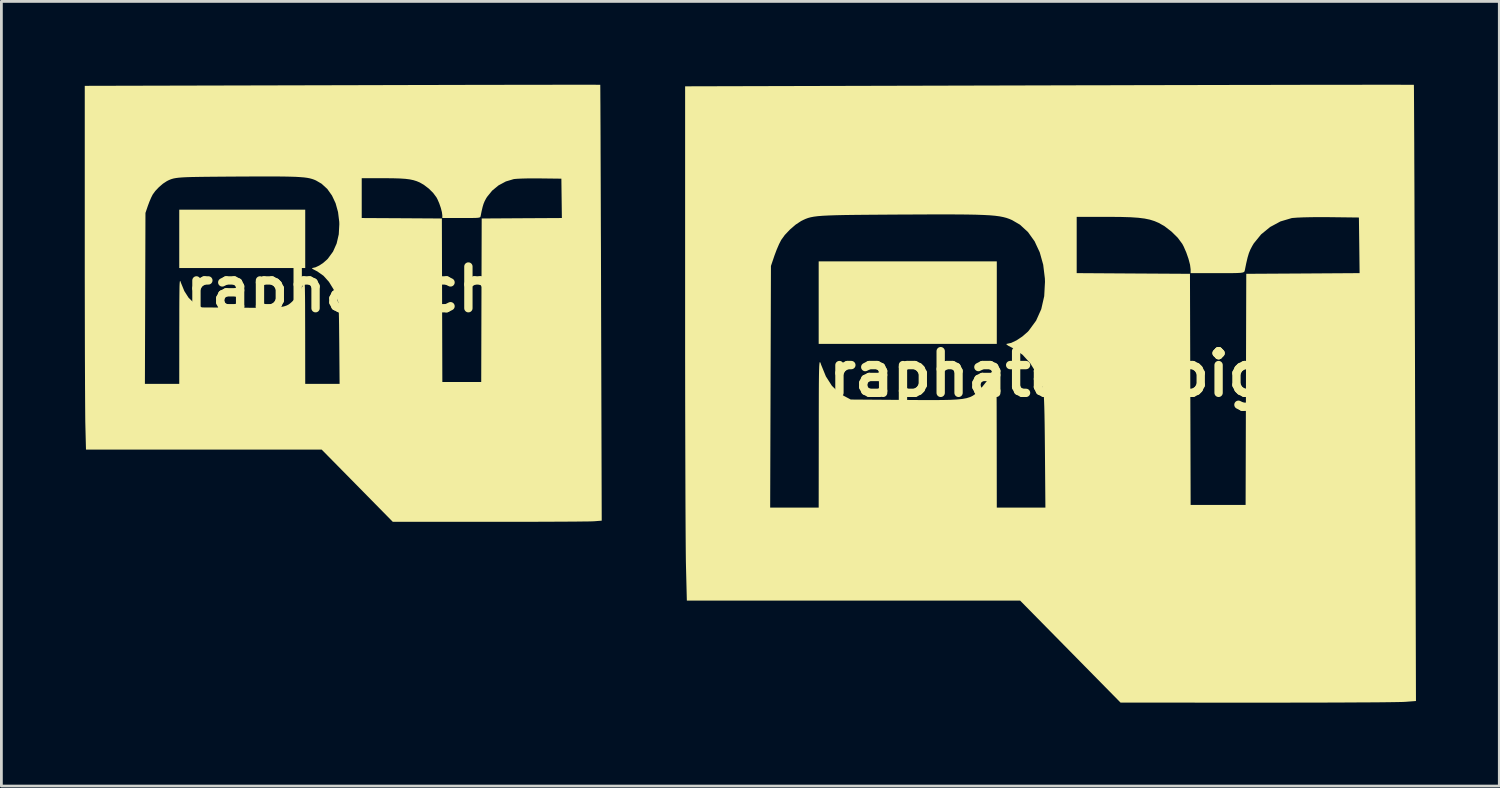
<source format=kicad_pcb>
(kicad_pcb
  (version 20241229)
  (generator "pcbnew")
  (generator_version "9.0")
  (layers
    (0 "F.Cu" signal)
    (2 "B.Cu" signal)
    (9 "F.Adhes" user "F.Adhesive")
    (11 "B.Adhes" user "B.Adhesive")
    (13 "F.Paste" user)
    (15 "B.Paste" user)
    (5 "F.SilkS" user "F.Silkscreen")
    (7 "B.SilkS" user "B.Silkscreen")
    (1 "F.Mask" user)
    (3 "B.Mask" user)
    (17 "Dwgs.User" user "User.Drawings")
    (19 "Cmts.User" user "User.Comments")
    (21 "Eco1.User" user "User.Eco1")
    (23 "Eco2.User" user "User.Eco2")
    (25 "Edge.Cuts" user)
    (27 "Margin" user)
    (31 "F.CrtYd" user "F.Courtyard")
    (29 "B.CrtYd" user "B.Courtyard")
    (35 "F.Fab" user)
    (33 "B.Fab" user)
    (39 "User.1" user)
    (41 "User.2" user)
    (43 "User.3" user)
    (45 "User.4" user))
  (footprint "raphatech big"
    (layer "F.Cu")
    (at 34.656 10.408)
    (property "Reference" "raphatech big" (at 0 0 0) (layer "F.SilkS") (effects (font (size 1.5 1.5) (thickness 0.3))))
    (attr board_only exclude_from_pos_files exclude_from_bom)
    (fp_poly (pts (xy -1.838 -2.568) (xy -1.838 -1.084) (xy -5.042 -1.084) (xy -8.247 -1.084) (xy -8.247 -2.568) (xy -8.247 -4.053) (xy -5.042 -4.053) (xy -1.838 -4.053)) (stroke (width 0) (type solid)) (fill yes) (layer "F.SilkS"))
    (fp_poly (pts (xy 12.654 -10.408) (xy 12.91 -10.407) (xy 13.081 -10.407) (xy 13.163 -10.406) (xy 13.17 -10.405) (xy 13.171 -10.358) (xy 13.173 -10.22) (xy 13.174 -9.996) (xy 13.176 -9.69) (xy 13.178 -9.306) (xy 13.18 -8.849) (xy 13.183 -8.323) (xy 13.185 -7.73) (xy 13.188 -7.077) (xy 13.191 -6.367) (xy 13.193 -5.603) (xy 13.196 -4.791) (xy 13.199 -3.933) (xy 13.202 -3.035) (xy 13.205 -2.101) (xy 13.208 -1.134) (xy 13.211 -0.139) (xy 13.213 0.688) (xy 13.245 11.767) (xy 12.855 11.797) (xy 12.754 11.801) (xy 12.566 11.805) (xy 12.297 11.809) (xy 11.955 11.813) (xy 11.546 11.816) (xy 11.076 11.818) (xy 10.554 11.821) (xy 9.985 11.823) (xy 9.376 11.824) (xy 8.735 11.825) (xy 8.068 11.826) (xy 7.54 11.826) (xy 2.615 11.824) (xy 0.808 9.988) (xy -0.999 8.153) (xy -6.995 8.153) (xy -12.991 8.153) (xy -13.022 6.915) (xy -13.026 6.732) (xy -13.029 6.461) (xy -13.032 6.107) (xy -13.035 5.676) (xy -13.038 5.175) (xy -13.04 4.807) (xy -9.993 4.807) (xy -9.12 4.807) (xy -8.247 4.807) (xy -8.244 2.109) (xy -8.244 1.538) (xy -8.243 1.054) (xy -8.242 0.652) (xy -8.24 0.325) (xy -8.237 0.066) (xy -8.233 -0.131) (xy -8.228 -0.273) (xy -8.221 -0.365) (xy -8.213 -0.416) (xy -8.202 -0.43) (xy -8.189 -0.415) (xy -8.174 -0.378) (xy -8.158 -0.33) (xy -7.987 0.088) (xy -7.772 0.424) (xy -7.512 0.678) (xy -7.335 0.791) (xy -7.092 0.919) (xy -5.145 0.933) (xy -4.618 0.937) (xy -4.176 0.938) (xy -3.81 0.936) (xy -3.51 0.93) (xy -3.269 0.917) (xy -3.077 0.897) (xy -2.924 0.869) (xy -2.801 0.83) (xy -2.7 0.781) (xy -2.612 0.719) (xy -2.527 0.644) (xy -2.436 0.554) (xy -2.432 0.551) (xy -2.159 0.207) (xy -1.963 -0.188) (xy -1.902 -0.377) (xy -1.889 -0.409) (xy -1.879 -0.402) (xy -1.87 -0.351) (xy -1.862 -0.25) (xy -1.856 -0.093) (xy -1.851 0.126) (xy -1.848 0.412) (xy -1.845 0.772) (xy -1.843 1.211) (xy -1.842 1.734) (xy -1.841 2.109) (xy -1.838 4.807) (xy -0.963 4.807) (xy -0.089 4.807) (xy -0.106 2.745) (xy -0.111 2.234) (xy -0.116 1.809) (xy -0.122 1.461) (xy -0.129 1.18) (xy -0.137 0.959) (xy -0.147 0.788) (xy -0.16 0.658) (xy -0.174 0.561) (xy -0.192 0.488) (xy -0.199 0.465) (xy -0.394 0.002) (xy -0.632 -0.384) (xy -0.908 -0.69) (xy -1.221 -0.912) (xy -1.296 -0.95) (xy -1.423 -1.016) (xy -1.491 -1.064) (xy -1.488 -1.084) (xy -1.484 -1.084) (xy -1.322 -1.119) (xy -1.126 -1.212) (xy -0.921 -1.348) (xy -0.733 -1.511) (xy -0.687 -1.56) (xy -0.423 -1.921) (xy -0.238 -2.334) (xy -0.132 -2.799) (xy -0.104 -3.316) (xy -0.108 -3.44) (xy -0.168 -3.932) (xy -0.293 -4.379) (xy -0.416 -4.642) (xy 1.037 -4.642) (xy 1.037 -3.63) (xy 3.075 -3.617) (xy 5.113 -3.605) (xy 5.125 0.554) (xy 5.137 4.712) (xy 6.126 4.712) (xy 7.115 4.712) (xy 7.127 0.554) (xy 7.139 -3.605) (xy 9.178 -3.617) (xy 11.217 -3.63) (xy 11.205 -4.63) (xy 11.192 -5.631) (xy 10.112 -5.644) (xy 9.784 -5.646) (xy 9.473 -5.643) (xy 9.194 -5.637) (xy 8.967 -5.627) (xy 8.81 -5.615) (xy 8.769 -5.609) (xy 8.369 -5.49) (xy 7.998 -5.29) (xy 7.672 -5.023) (xy 7.409 -4.699) (xy 7.357 -4.612) (xy 7.288 -4.482) (xy 7.233 -4.348) (xy 7.185 -4.187) (xy 7.136 -3.977) (xy 7.087 -3.735) (xy 7.078 -3.699) (xy 7.059 -3.672) (xy 7.017 -3.654) (xy 6.94 -3.641) (xy 6.815 -3.634) (xy 6.631 -3.63) (xy 6.375 -3.629) (xy 6.102 -3.629) (xy 5.137 -3.629) (xy 5.137 -3.766) (xy 5.116 -3.93) (xy 5.06 -4.144) (xy 4.98 -4.374) (xy 4.887 -4.587) (xy 4.837 -4.682) (xy 4.673 -4.903) (xy 4.449 -5.124) (xy 4.198 -5.318) (xy 3.991 -5.436) (xy 3.834 -5.503) (xy 3.668 -5.555) (xy 3.479 -5.594) (xy 3.253 -5.622) (xy 2.978 -5.641) (xy 2.639 -5.651) (xy 2.223 -5.655) (xy 2.112 -5.655) (xy 1.037 -5.655) (xy 1.037 -4.642) (xy -0.416 -4.642) (xy -0.477 -4.774) (xy -0.717 -5.109) (xy -1.006 -5.374) (xy -1.29 -5.539) (xy -1.388 -5.581) (xy -1.491 -5.617) (xy -1.606 -5.647) (xy -1.739 -5.673) (xy -1.898 -5.694) (xy -2.091 -5.711) (xy -2.325 -5.723) (xy -2.606 -5.733) (xy -2.942 -5.739) (xy -3.341 -5.742) (xy -3.809 -5.743) (xy -4.354 -5.742) (xy -4.983 -5.739) (xy -5.278 -5.738) (xy -5.904 -5.734) (xy -6.443 -5.73) (xy -6.903 -5.726) (xy -7.291 -5.721) (xy -7.615 -5.714) (xy -7.882 -5.705) (xy -8.1 -5.694) (xy -8.276 -5.68) (xy -8.418 -5.662) (xy -8.534 -5.64) (xy -8.63 -5.614) (xy -8.714 -5.583) (xy -8.794 -5.547) (xy -8.878 -5.505) (xy -8.883 -5.502) (xy -9.075 -5.376) (xy -9.28 -5.199) (xy -9.466 -5.003) (xy -9.596 -4.823) (xy -9.673 -4.673) (xy -9.759 -4.473) (xy -9.837 -4.266) (xy -9.842 -4.251) (xy -9.965 -3.888) (xy -9.979 0.459) (xy -9.993 4.807) (xy -13.04 4.807) (xy -13.041 4.608) (xy -13.043 3.983) (xy -13.045 3.305) (xy -13.047 2.58) (xy -13.049 1.813) (xy -13.051 1.011) (xy -13.052 0.179) (xy -13.053 -0.676) (xy -13.053 -1.549) (xy -13.053 -2.337) (xy -13.053 -10.352) (xy 0.052 -10.386) (xy 1.157 -10.389) (xy 2.238 -10.391) (xy 3.29 -10.394) (xy 4.31 -10.396) (xy 5.293 -10.398) (xy 6.237 -10.4) (xy 7.138 -10.402) (xy 7.991 -10.403) (xy 8.792 -10.405) (xy 9.539 -10.406) (xy 10.227 -10.407) (xy 10.853 -10.407) (xy 11.412 -10.408) (xy 11.901 -10.408) (xy 12.317 -10.408)) (stroke (width 0) (type solid)) (fill yes) (layer "F.SilkS")))
  (footprint "raphatech"
    (layer "F.Cu")
    (at 9.233 7.362)
    (property "Reference" "raphatech" (at 0 0 0) (layer "F.SilkS") (effects (font (size 1.5 1.5) (thickness 0.3))))
    (attr board_only exclude_from_pos_files exclude_from_bom)
    (fp_poly (pts (xy -1.3 -1.817) (xy -1.3 -0.767) (xy -3.567 -0.767) (xy -5.833 -0.767) (xy -5.833 -1.817) (xy -5.833 -2.867) (xy -3.567 -2.867) (xy -1.3 -2.867)) (stroke (width 0) (type solid)) (fill yes) (layer "F.SilkS"))
    (fp_poly (pts (xy 8.951 -7.362) (xy 9.132 -7.362) (xy 9.253 -7.361) (xy 9.311 -7.36) (xy 9.316 -7.36) (xy 9.317 -7.326) (xy 9.318 -7.229) (xy 9.319 -7.07) (xy 9.32 -6.854) (xy 9.322 -6.583) (xy 9.323 -6.259) (xy 9.325 -5.887) (xy 9.327 -5.468) (xy 9.328 -5.006) (xy 9.33 -4.503) (xy 9.332 -3.963) (xy 9.334 -3.389) (xy 9.336 -2.782) (xy 9.338 -2.147) (xy 9.341 -1.486) (xy 9.343 -0.802) (xy 9.345 -0.098) (xy 9.346 0.487) (xy 9.369 8.323) (xy 9.093 8.345) (xy 9.022 8.348) (xy 8.888 8.351) (xy 8.698 8.353) (xy 8.456 8.356) (xy 8.167 8.358) (xy 7.835 8.36) (xy 7.465 8.361) (xy 7.063 8.363) (xy 6.632 8.364) (xy 6.179 8.365) (xy 5.707 8.365) (xy 5.333 8.365) (xy 1.85 8.364) (xy 0.572 7.065) (xy -0.707 5.767) (xy -4.948 5.767) (xy -9.189 5.767) (xy -9.211 4.892) (xy -9.214 4.762) (xy -9.216 4.57) (xy -9.218 4.32) (xy -9.22 4.015) (xy -9.222 3.66) (xy -9.224 3.4) (xy -7.069 3.4) (xy -6.451 3.4) (xy -5.833 3.4) (xy -5.832 1.492) (xy -5.831 1.088) (xy -5.831 0.746) (xy -5.83 0.461) (xy -5.828 0.23) (xy -5.826 0.047) (xy -5.824 -0.093) (xy -5.82 -0.193) (xy -5.815 -0.259) (xy -5.809 -0.294) (xy -5.802 -0.304) (xy -5.793 -0.294) (xy -5.782 -0.267) (xy -5.771 -0.233) (xy -5.65 0.062) (xy -5.498 0.3) (xy -5.314 0.48) (xy -5.189 0.559) (xy -5.017 0.65) (xy -3.639 0.66) (xy -3.266 0.663) (xy -2.954 0.664) (xy -2.695 0.662) (xy -2.483 0.657) (xy -2.312 0.649) (xy -2.176 0.635) (xy -2.068 0.614) (xy -1.982 0.587) (xy -1.91 0.553) (xy -1.848 0.509) (xy -1.787 0.456) (xy -1.723 0.392) (xy -1.721 0.389) (xy -1.527 0.147) (xy -1.388 -0.133) (xy -1.345 -0.267) (xy -1.337 -0.289) (xy -1.329 -0.284) (xy -1.323 -0.248) (xy -1.317 -0.177) (xy -1.313 -0.066) (xy -1.31 0.089) (xy -1.307 0.292) (xy -1.305 0.546) (xy -1.304 0.856) (xy -1.303 1.227) (xy -1.302 1.492) (xy -1.3 3.4) (xy -0.681 3.4) (xy -0.063 3.4) (xy -0.075 1.942) (xy -0.079 1.581) (xy -0.082 1.28) (xy -0.086 1.033) (xy -0.091 0.835) (xy -0.097 0.678) (xy -0.104 0.557) (xy -0.113 0.466) (xy -0.123 0.397) (xy -0.136 0.345) (xy -0.141 0.329) (xy -0.279 0.002) (xy -0.447 -0.271) (xy -0.642 -0.488) (xy -0.864 -0.645) (xy -0.917 -0.672) (xy -1.006 -0.719) (xy -1.055 -0.752) (xy -1.053 -0.767) (xy -1.05 -0.767) (xy -0.935 -0.792) (xy -0.796 -0.857) (xy -0.652 -0.953) (xy -0.519 -1.069) (xy -0.486 -1.103) (xy -0.299 -1.359) (xy -0.169 -1.651) (xy -0.093 -1.98) (xy -0.073 -2.346) (xy -0.076 -2.433) (xy -0.119 -2.781) (xy -0.207 -3.098) (xy -0.294 -3.284) (xy 0.733 -3.284) (xy 0.733 -2.567) (xy 2.175 -2.559) (xy 3.617 -2.55) (xy 3.625 0.392) (xy 3.634 3.333) (xy 4.333 3.333) (xy 5.033 3.333) (xy 5.041 0.392) (xy 5.05 -2.55) (xy 6.492 -2.559) (xy 7.935 -2.567) (xy 7.926 -3.275) (xy 7.917 -3.983) (xy 7.153 -3.992) (xy 6.921 -3.993) (xy 6.7 -3.992) (xy 6.504 -3.987) (xy 6.343 -3.98) (xy 6.231 -3.971) (xy 6.203 -3.967) (xy 5.92 -3.883) (xy 5.657 -3.742) (xy 5.427 -3.553) (xy 5.241 -3.324) (xy 5.204 -3.263) (xy 5.155 -3.17) (xy 5.116 -3.076) (xy 5.082 -2.962) (xy 5.047 -2.813) (xy 5.013 -2.642) (xy 5.007 -2.616) (xy 4.993 -2.598) (xy 4.963 -2.584) (xy 4.909 -2.575) (xy 4.821 -2.57) (xy 4.691 -2.568) (xy 4.51 -2.567) (xy 4.316 -2.567) (xy 3.633 -2.567) (xy 3.633 -2.664) (xy 3.618 -2.78) (xy 3.579 -2.931) (xy 3.523 -3.094) (xy 3.457 -3.245) (xy 3.421 -3.312) (xy 3.305 -3.468) (xy 3.147 -3.625) (xy 2.969 -3.761) (xy 2.823 -3.845) (xy 2.712 -3.892) (xy 2.594 -3.929) (xy 2.461 -3.957) (xy 2.301 -3.977) (xy 2.107 -3.99) (xy 1.867 -3.997) (xy 1.573 -4) (xy 1.494 -4) (xy 0.733 -4) (xy 0.733 -3.284) (xy -0.294 -3.284) (xy -0.338 -3.377) (xy -0.507 -3.614) (xy -0.712 -3.801) (xy -0.913 -3.918) (xy -0.982 -3.948) (xy -1.055 -3.973) (xy -1.136 -3.995) (xy -1.23 -4.013) (xy -1.343 -4.028) (xy -1.479 -4.039) (xy -1.644 -4.049) (xy -1.843 -4.055) (xy -2.081 -4.06) (xy -2.363 -4.062) (xy -2.694 -4.063) (xy -3.08 -4.062) (xy -3.525 -4.06) (xy -3.733 -4.059) (xy -4.176 -4.056) (xy -4.557 -4.053) (xy -4.883 -4.05) (xy -5.157 -4.046) (xy -5.386 -4.042) (xy -5.575 -4.036) (xy -5.73 -4.028) (xy -5.854 -4.018) (xy -5.955 -4.005) (xy -6.036 -3.99) (xy -6.104 -3.971) (xy -6.164 -3.949) (xy -6.221 -3.924) (xy -6.28 -3.894) (xy -6.283 -3.892) (xy -6.419 -3.803) (xy -6.564 -3.678) (xy -6.696 -3.539) (xy -6.788 -3.412) (xy -6.842 -3.305) (xy -6.903 -3.164) (xy -6.958 -3.017) (xy -6.962 -3.007) (xy -7.049 -2.75) (xy -7.059 0.325) (xy -7.069 3.4) (xy -9.224 3.4) (xy -9.224 3.26) (xy -9.226 2.818) (xy -9.228 2.338) (xy -9.229 1.825) (xy -9.23 1.282) (xy -9.231 0.715) (xy -9.232 0.127) (xy -9.233 -0.478) (xy -9.233 -1.096) (xy -9.233 -1.653) (xy -9.233 -7.323) (xy 0.037 -7.346) (xy 0.819 -7.348) (xy 1.583 -7.35) (xy 2.327 -7.352) (xy 3.048 -7.354) (xy 3.744 -7.355) (xy 4.412 -7.357) (xy 5.049 -7.358) (xy 5.652 -7.359) (xy 6.219 -7.36) (xy 6.748 -7.361) (xy 7.234 -7.361) (xy 7.677 -7.362) (xy 8.072 -7.362) (xy 8.418 -7.362) (xy 8.712 -7.362)) (stroke (width 0) (type solid)) (fill yes) (layer "F.SilkS")))
  (gr_rect
    (start -3 -3)
    (end 50.9 25.234)
    (stroke (width 0.1) (type default))
    (fill no)
    (layer "Edge.Cuts")))
</source>
